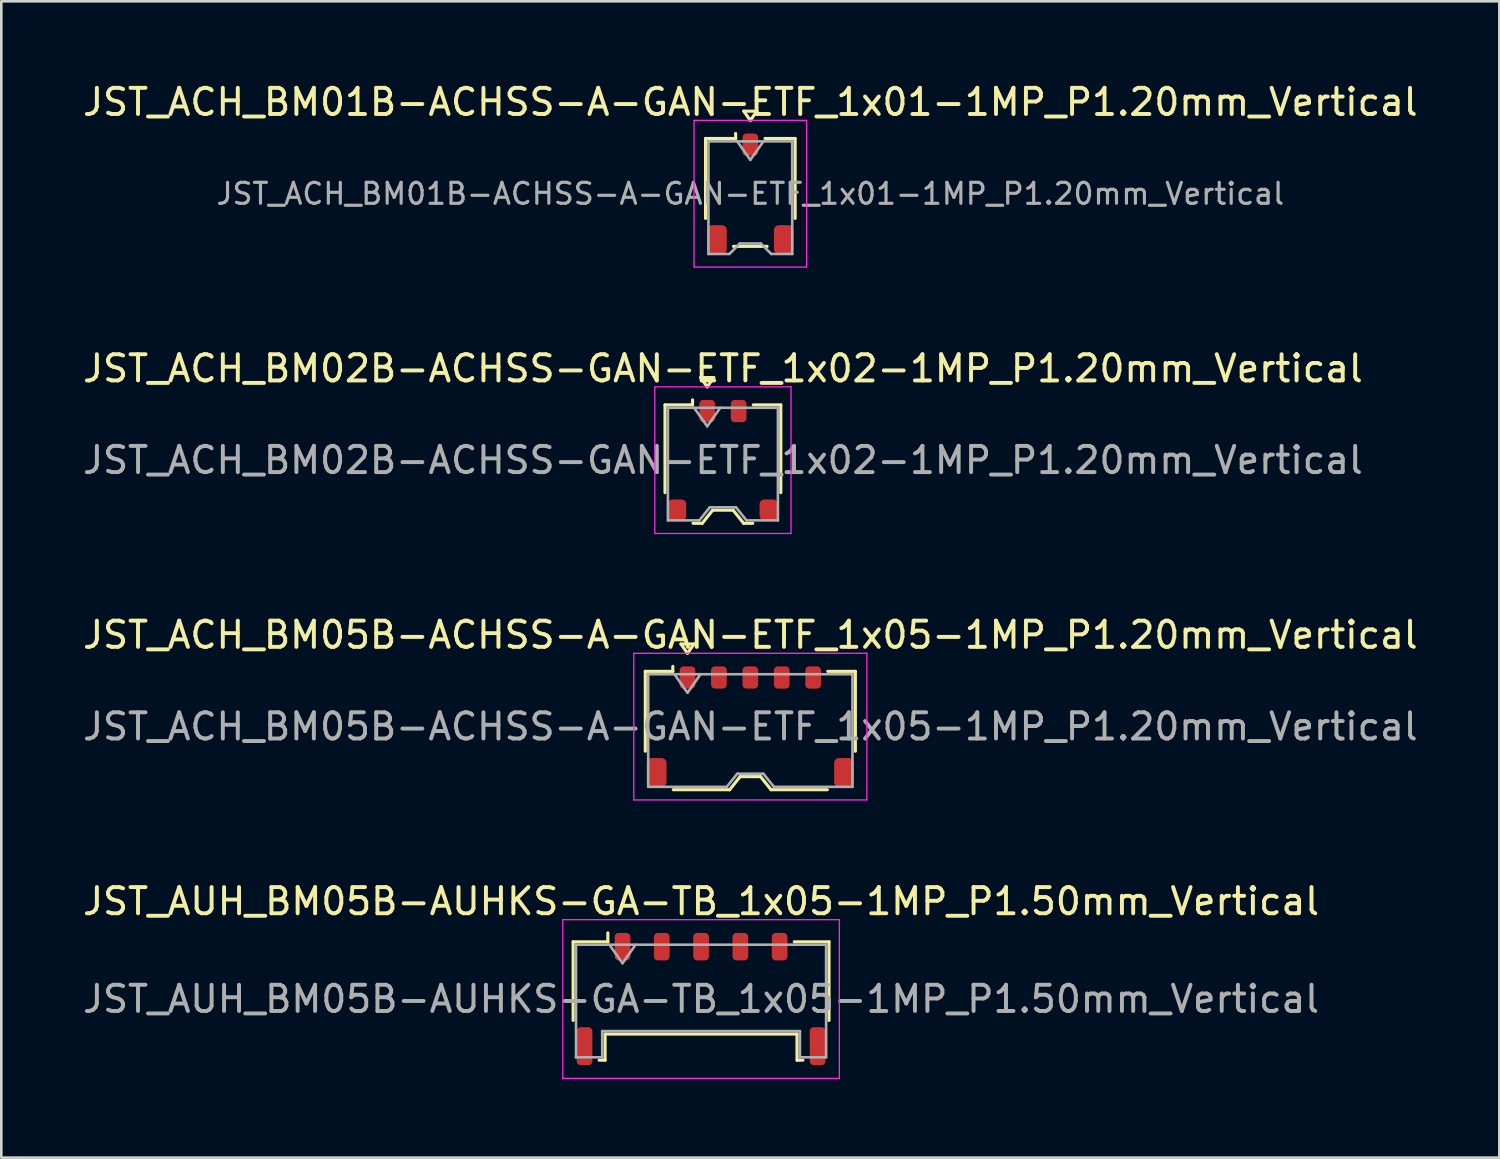
<source format=kicad_pcb>
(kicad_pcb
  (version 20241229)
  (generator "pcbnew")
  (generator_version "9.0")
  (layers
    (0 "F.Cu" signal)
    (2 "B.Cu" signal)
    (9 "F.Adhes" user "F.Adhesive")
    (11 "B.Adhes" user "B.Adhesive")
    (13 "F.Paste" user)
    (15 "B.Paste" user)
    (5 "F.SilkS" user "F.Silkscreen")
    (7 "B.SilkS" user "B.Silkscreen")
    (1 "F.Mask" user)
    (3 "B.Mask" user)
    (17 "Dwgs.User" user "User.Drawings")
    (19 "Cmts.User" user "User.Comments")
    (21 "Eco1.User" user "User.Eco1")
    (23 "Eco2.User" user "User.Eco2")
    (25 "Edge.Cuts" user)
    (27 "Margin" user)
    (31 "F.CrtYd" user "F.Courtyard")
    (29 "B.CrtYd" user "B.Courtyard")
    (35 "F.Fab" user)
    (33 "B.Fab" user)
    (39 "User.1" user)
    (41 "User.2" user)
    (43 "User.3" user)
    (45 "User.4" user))
  (footprint "JST_AUH_BM05B-AUHKS-GA-TB_1x05-1MP_P1.50mm_Vertical"
    (layer "F.Cu")
    (at 23.72 35.098)
    (property "Reference" "JST_AUH_BM05B-AUHKS-GA-TB_1x05-1MP_P1.50mm_Vertical" (at 0 -3.73 0) (layer "F.SilkS") (effects (font (size 1 1) (thickness 0.15))))
    (attr smd)
    (fp_line (start -4.885 -2.185) (end -3.56 -2.185) (stroke (width 0.12) (type solid)) (layer "F.SilkS"))
    (fp_line (start -4.885 0.815) (end -4.885 -2.185) (stroke (width 0.12) (type solid)) (layer "F.SilkS"))
    (fp_line (start -3.89 2.335) (end -3.665 2.335) (stroke (width 0.12) (type solid)) (layer "F.SilkS"))
    (fp_line (start -3.665 1.335) (end 3.665 1.335) (stroke (width 0.12) (type solid)) (layer "F.SilkS"))
    (fp_line (start -3.665 2.335) (end -3.665 1.335) (stroke (width 0.12) (type solid)) (layer "F.SilkS"))
    (fp_line (start -3.56 -2.185) (end -3.56 -2.525) (stroke (width 0.12) (type solid)) (layer "F.SilkS"))
    (fp_line (start 3.665 1.335) (end 3.665 2.335) (stroke (width 0.12) (type solid)) (layer "F.SilkS"))
    (fp_line (start 3.665 2.335) (end 3.89 2.335) (stroke (width 0.12) (type solid)) (layer "F.SilkS"))
    (fp_line (start 4.885 -2.185) (end 3.56 -2.185) (stroke (width 0.12) (type solid)) (layer "F.SilkS"))
    (fp_line (start 4.885 0.815) (end 4.885 -2.185) (stroke (width 0.12) (type solid)) (layer "F.SilkS"))
    (fp_line (start -5.28 -3.03) (end -5.28 3.03) (stroke (width 0.05) (type solid)) (layer "F.CrtYd"))
    (fp_line (start -5.28 3.03) (end 5.28 3.03) (stroke (width 0.05) (type solid)) (layer "F.CrtYd"))
    (fp_line (start 5.28 -3.03) (end -5.28 -3.03) (stroke (width 0.05) (type solid)) (layer "F.CrtYd"))
    (fp_line (start 5.28 3.03) (end 5.28 -3.03) (stroke (width 0.05) (type solid)) (layer "F.CrtYd"))
    (fp_line (start -4.775 -2.075) (end -4.775 2.225) (stroke (width 0.1) (type solid)) (layer "F.Fab"))
    (fp_line (start -4.775 -2.075) (end 4.775 -2.075) (stroke (width 0.1) (type solid)) (layer "F.Fab"))
    (fp_line (start -4.775 2.225) (end -3.775 2.225) (stroke (width 0.1) (type solid)) (layer "F.Fab"))
    (fp_line (start -3.775 1.225) (end 3.775 1.225) (stroke (width 0.1) (type solid)) (layer "F.Fab"))
    (fp_line (start -3.775 2.225) (end -3.775 1.225) (stroke (width 0.1) (type solid)) (layer "F.Fab"))
    (fp_line (start -3.5 -2.075) (end -3 -1.368) (stroke (width 0.1) (type solid)) (layer "F.Fab"))
    (fp_line (start -3 -1.368) (end -2.5 -2.075) (stroke (width 0.1) (type solid)) (layer "F.Fab"))
    (fp_line (start 3.775 1.225) (end 3.775 2.225) (stroke (width 0.1) (type solid)) (layer "F.Fab"))
    (fp_line (start 3.775 2.225) (end 4.775 2.225) (stroke (width 0.1) (type solid)) (layer "F.Fab"))
    (fp_line (start 4.775 -2.075) (end 4.775 2.225) (stroke (width 0.1) (type solid)) (layer "F.Fab"))
    (fp_text user "${REFERENCE}" (at 0 0 0) (layer "F.Fab") (effects (font (size 1 1) (thickness 0.15))))
    (pad "1" smd roundrect (at -3 -2) (size 0.6 1.05) (layers "F.Cu" "F.Mask" "F.Paste") (roundrect_rratio 0.25))
    (pad "2" smd roundrect (at -1.5 -2) (size 0.6 1.05) (layers "F.Cu" "F.Mask" "F.Paste") (roundrect_rratio 0.25))
    (pad "3" smd roundrect (at 0 -2) (size 0.6 1.05) (layers "F.Cu" "F.Mask" "F.Paste") (roundrect_rratio 0.25))
    (pad "4" smd roundrect (at 1.5 -2) (size 0.6 1.05) (layers "F.Cu" "F.Mask" "F.Paste") (roundrect_rratio 0.25))
    (pad "5" smd roundrect (at 3 -2) (size 0.6 1.05) (layers "F.Cu" "F.Mask" "F.Paste") (roundrect_rratio 0.25))
    (pad "MP" smd roundrect (at -4.45 1.8) (size 0.6 1.45) (layers "F.Cu" "F.Mask" "F.Paste") (roundrect_rratio 0.25))
    (pad "MP" smd roundrect (at 4.45 1.8) (size 0.6 1.45) (layers "F.Cu" "F.Mask" "F.Paste") (roundrect_rratio 0.25)))
  (footprint "JST_ACH_BM05B-ACHSS-A-GAN-ETF_1x05-1MP_P1.20mm_Vertical"
    (layer "F.Cu")
    (at 25.601 24.695)
    (property "Reference" "JST_ACH_BM05B-ACHSS-A-GAN-ETF_1x05-1MP_P1.20mm_Vertical" (at 0 -3.5 0) (layer "F.SilkS") (effects (font (size 1 1) (thickness 0.15))))
    (attr smd)
    (fp_line (start -4.01 -2.11) (end -2.96 -2.11) (stroke (width 0.12) (type solid)) (layer "F.SilkS"))
    (fp_line (start -4.01 0.94) (end -4.01 -2.11) (stroke (width 0.12) (type solid)) (layer "F.SilkS"))
    (fp_line (start -2.96 -2.11) (end -2.96 -2.3) (stroke (width 0.12) (type solid)) (layer "F.SilkS"))
    (fp_line (start -2.94 2.41) (end -0.79 2.41) (stroke (width 0.12) (type solid)) (layer "F.SilkS"))
    (fp_line (start -2.65 -3.154) (end -2.4 -2.8) (stroke (width 0.12) (type solid)) (layer "F.SilkS"))
    (fp_line (start -2.4 -2.8) (end -2.15 -3.154) (stroke (width 0.12) (type solid)) (layer "F.SilkS"))
    (fp_line (start -2.15 -3.154) (end -2.65 -3.154) (stroke (width 0.12) (type solid)) (layer "F.SilkS"))
    (fp_line (start -0.79 2.41) (end -0.39 1.91) (stroke (width 0.12) (type solid)) (layer "F.SilkS"))
    (fp_line (start -0.39 1.91) (end 0.39 1.91) (stroke (width 0.12) (type solid)) (layer "F.SilkS"))
    (fp_line (start 0.39 1.91) (end 0.79 2.41) (stroke (width 0.12) (type solid)) (layer "F.SilkS"))
    (fp_line (start 0.79 2.41) (end 2.94 2.41) (stroke (width 0.12) (type solid)) (layer "F.SilkS"))
    (fp_line (start 4.01 -2.11) (end 2.96 -2.11) (stroke (width 0.12) (type solid)) (layer "F.SilkS"))
    (fp_line (start 4.01 0.94) (end 4.01 -2.11) (stroke (width 0.12) (type solid)) (layer "F.SilkS"))
    (fp_line (start -4.45 -2.8) (end -4.45 2.8) (stroke (width 0.05) (type solid)) (layer "F.CrtYd"))
    (fp_line (start -4.45 2.8) (end 4.45 2.8) (stroke (width 0.05) (type solid)) (layer "F.CrtYd"))
    (fp_line (start 4.45 -2.8) (end -4.45 -2.8) (stroke (width 0.05) (type solid)) (layer "F.CrtYd"))
    (fp_line (start 4.45 2.8) (end 4.45 -2.8) (stroke (width 0.05) (type solid)) (layer "F.CrtYd"))
    (fp_line (start -3.9 -2) (end -3.9 2.3) (stroke (width 0.1) (type solid)) (layer "F.Fab"))
    (fp_line (start -3.9 -2) (end 3.9 -2) (stroke (width 0.1) (type solid)) (layer "F.Fab"))
    (fp_line (start -3.9 2.3) (end -0.9 2.3) (stroke (width 0.1) (type solid)) (layer "F.Fab"))
    (fp_line (start -2.9 -2) (end -2.4 -1.293) (stroke (width 0.1) (type solid)) (layer "F.Fab"))
    (fp_line (start -2.4 -1.293) (end -1.9 -2) (stroke (width 0.1) (type solid)) (layer "F.Fab"))
    (fp_line (start -0.9 2.3) (end -0.5 1.8) (stroke (width 0.1) (type solid)) (layer "F.Fab"))
    (fp_line (start -0.5 1.8) (end 0.5 1.8) (stroke (width 0.1) (type solid)) (layer "F.Fab"))
    (fp_line (start 0.5 1.8) (end 0.9 2.3) (stroke (width 0.1) (type solid)) (layer "F.Fab"))
    (fp_line (start 0.9 2.3) (end 3.9 2.3) (stroke (width 0.1) (type solid)) (layer "F.Fab"))
    (fp_line (start 3.9 -2) (end 3.9 2.3) (stroke (width 0.1) (type solid)) (layer "F.Fab"))
    (fp_text user "${REFERENCE}" (at 0 0 0) (layer "F.Fab") (effects (font (size 1 1) (thickness 0.15))))
    (pad "1" smd roundrect (at -2.4 -1.875) (size 0.6 0.85) (layers "F.Cu" "F.Mask" "F.Paste") (roundrect_rratio 0.25))
    (pad "2" smd roundrect (at -1.2 -1.875) (size 0.6 0.85) (layers "F.Cu" "F.Mask" "F.Paste") (roundrect_rratio 0.25))
    (pad "3" smd roundrect (at 0 -1.875) (size 0.6 0.85) (layers "F.Cu" "F.Mask" "F.Paste") (roundrect_rratio 0.25))
    (pad "4" smd roundrect (at 1.2 -1.875) (size 0.6 0.85) (layers "F.Cu" "F.Mask" "F.Paste") (roundrect_rratio 0.25))
    (pad "5" smd roundrect (at 2.4 -1.875) (size 0.6 0.85) (layers "F.Cu" "F.Mask" "F.Paste") (roundrect_rratio 0.25))
    (pad "MP" smd roundrect (at -3.575 1.75) (size 0.75 1.1) (layers "F.Cu" "F.Mask" "F.Paste") (roundrect_rratio 0.25))
    (pad "MP" smd roundrect (at 3.575 1.75) (size 0.75 1.1) (layers "F.Cu" "F.Mask" "F.Paste") (roundrect_rratio 0.25)))
  (footprint "JST_ACH_BM02B-ACHSS-GAN-ETF_1x02-1MP_P1.20mm_Vertical"
    (layer "F.Cu")
    (at 24.554 14.521)
    (property "Reference" "JST_ACH_BM02B-ACHSS-GAN-ETF_1x02-1MP_P1.20mm_Vertical" (at 0 -3.5 0) (layer "F.SilkS") (effects (font (size 1 1) (thickness 0.15))))
    (attr smd)
    (fp_line (start -2.21 -2.11) (end -1.16 -2.11) (stroke (width 0.12) (type solid)) (layer "F.SilkS"))
    (fp_line (start -2.21 1.24) (end -2.21 -2.11) (stroke (width 0.12) (type solid)) (layer "F.SilkS"))
    (fp_line (start -1.16 -2.11) (end -1.16 -2.3) (stroke (width 0.12) (type solid)) (layer "F.SilkS"))
    (fp_line (start -1.14 2.41) (end -0.79 2.41) (stroke (width 0.12) (type solid)) (layer "F.SilkS"))
    (fp_line (start -0.85 -3.154) (end -0.6 -2.8) (stroke (width 0.12) (type solid)) (layer "F.SilkS"))
    (fp_line (start -0.79 2.41) (end -0.39 1.91) (stroke (width 0.12) (type solid)) (layer "F.SilkS"))
    (fp_line (start -0.6 -2.8) (end -0.35 -3.154) (stroke (width 0.12) (type solid)) (layer "F.SilkS"))
    (fp_line (start -0.39 1.91) (end 0.39 1.91) (stroke (width 0.12) (type solid)) (layer "F.SilkS"))
    (fp_line (start -0.35 -3.154) (end -0.85 -3.154) (stroke (width 0.12) (type solid)) (layer "F.SilkS"))
    (fp_line (start 0.39 1.91) (end 0.79 2.41) (stroke (width 0.12) (type solid)) (layer "F.SilkS"))
    (fp_line (start 0.79 2.41) (end 1.14 2.41) (stroke (width 0.12) (type solid)) (layer "F.SilkS"))
    (fp_line (start 2.21 -2.11) (end 1.16 -2.11) (stroke (width 0.12) (type solid)) (layer "F.SilkS"))
    (fp_line (start 2.21 1.24) (end 2.21 -2.11) (stroke (width 0.12) (type solid)) (layer "F.SilkS"))
    (fp_line (start -2.6 -2.8) (end -2.6 2.8) (stroke (width 0.05) (type solid)) (layer "F.CrtYd"))
    (fp_line (start -2.6 2.8) (end 2.6 2.8) (stroke (width 0.05) (type solid)) (layer "F.CrtYd"))
    (fp_line (start 2.6 -2.8) (end -2.6 -2.8) (stroke (width 0.05) (type solid)) (layer "F.CrtYd"))
    (fp_line (start 2.6 2.8) (end 2.6 -2.8) (stroke (width 0.05) (type solid)) (layer "F.CrtYd"))
    (fp_line (start -2.1 -2) (end -2.1 2.3) (stroke (width 0.1) (type solid)) (layer "F.Fab"))
    (fp_line (start -2.1 -2) (end 2.1 -2) (stroke (width 0.1) (type solid)) (layer "F.Fab"))
    (fp_line (start -2.1 2.3) (end -0.9 2.3) (stroke (width 0.1) (type solid)) (layer "F.Fab"))
    (fp_line (start -1.1 -2) (end -0.6 -1.293) (stroke (width 0.1) (type solid)) (layer "F.Fab"))
    (fp_line (start -0.9 2.3) (end -0.5 1.8) (stroke (width 0.1) (type solid)) (layer "F.Fab"))
    (fp_line (start -0.6 -1.293) (end -0.1 -2) (stroke (width 0.1) (type solid)) (layer "F.Fab"))
    (fp_line (start -0.5 1.8) (end 0.5 1.8) (stroke (width 0.1) (type solid)) (layer "F.Fab"))
    (fp_line (start 0.5 1.8) (end 0.9 2.3) (stroke (width 0.1) (type solid)) (layer "F.Fab"))
    (fp_line (start 0.9 2.3) (end 2.1 2.3) (stroke (width 0.1) (type solid)) (layer "F.Fab"))
    (fp_line (start 2.1 -2) (end 2.1 2.3) (stroke (width 0.1) (type solid)) (layer "F.Fab"))
    (fp_text user "${REFERENCE}" (at 0 0 0) (layer "F.Fab") (effects (font (size 1 1) (thickness 0.15))))
    (pad "1" smd roundrect (at -0.6 -1.875) (size 0.6 0.85) (layers "F.Cu" "F.Mask" "F.Paste") (roundrect_rratio 0.25))
    (pad "2" smd roundrect (at 0.6 -1.875) (size 0.6 0.85) (layers "F.Cu" "F.Mask" "F.Paste") (roundrect_rratio 0.25))
    (pad "MP" smd roundrect (at -1.75 1.9) (size 0.7 0.8) (layers "F.Cu" "F.Mask" "F.Paste") (roundrect_rratio 0.25))
    (pad "MP" smd roundrect (at 1.75 1.9) (size 0.7 0.8) (layers "F.Cu" "F.Mask" "F.Paste") (roundrect_rratio 0.25)))
  (footprint "JST_ACH_BM01B-ACHSS-A-GAN-ETF_1x01-1MP_P1.20mm_Vertical"
    (layer "F.Cu")
    (at 25.601 4.348)
    (property "Reference" "JST_ACH_BM01B-ACHSS-A-GAN-ETF_1x01-1MP_P1.20mm_Vertical" (at 0 -3.5 0) (layer "F.SilkS") (effects (font (size 1 1) (thickness 0.15))))
    (attr smd)
    (fp_line (start -1.71 -2.11) (end -0.56 -2.11) (stroke (width 0.12) (type solid)) (layer "F.SilkS"))
    (fp_line (start -1.71 0.94) (end -1.71 -2.11) (stroke (width 0.12) (type solid)) (layer "F.SilkS"))
    (fp_line (start -0.64 2.01) (end 0.64 2.01) (stroke (width 0.12) (type solid)) (layer "F.SilkS"))
    (fp_line (start -0.56 -2.11) (end -0.56 -2.3) (stroke (width 0.12) (type solid)) (layer "F.SilkS"))
    (fp_line (start -0.25 -3.154) (end 0 -2.8) (stroke (width 0.12) (type solid)) (layer "F.SilkS"))
    (fp_line (start 0 -2.8) (end 0.25 -3.154) (stroke (width 0.12) (type solid)) (layer "F.SilkS"))
    (fp_line (start 0.25 -3.154) (end -0.25 -3.154) (stroke (width 0.12) (type solid)) (layer "F.SilkS"))
    (fp_line (start 1.71 -2.11) (end 0.56 -2.11) (stroke (width 0.12) (type solid)) (layer "F.SilkS"))
    (fp_line (start 1.71 0.94) (end 1.71 -2.11) (stroke (width 0.12) (type solid)) (layer "F.SilkS"))
    (fp_line (start -2.15 -2.8) (end -2.15 2.8) (stroke (width 0.05) (type solid)) (layer "F.CrtYd"))
    (fp_line (start -2.15 2.8) (end 2.15 2.8) (stroke (width 0.05) (type solid)) (layer "F.CrtYd"))
    (fp_line (start 2.15 -2.8) (end -2.15 -2.8) (stroke (width 0.05) (type solid)) (layer "F.CrtYd"))
    (fp_line (start 2.15 2.8) (end 2.15 -2.8) (stroke (width 0.05) (type solid)) (layer "F.CrtYd"))
    (fp_line (start -1.6 -2) (end -1.6 2.3) (stroke (width 0.1) (type solid)) (layer "F.Fab"))
    (fp_line (start -1.6 -2) (end 1.6 -2) (stroke (width 0.1) (type solid)) (layer "F.Fab"))
    (fp_line (start -1.6 2.3) (end -0.8 2.3) (stroke (width 0.1) (type solid)) (layer "F.Fab"))
    (fp_line (start -0.8 2.3) (end -0.4 1.9) (stroke (width 0.1) (type solid)) (layer "F.Fab"))
    (fp_line (start -0.5 -2) (end 0 -1.293) (stroke (width 0.1) (type solid)) (layer "F.Fab"))
    (fp_line (start -0.4 1.9) (end 0.4 1.9) (stroke (width 0.1) (type solid)) (layer "F.Fab"))
    (fp_line (start 0 -1.293) (end 0.5 -2) (stroke (width 0.1) (type solid)) (layer "F.Fab"))
    (fp_line (start 0.4 1.9) (end 0.8 2.3) (stroke (width 0.1) (type solid)) (layer "F.Fab"))
    (fp_line (start 0.8 2.3) (end 1.6 2.3) (stroke (width 0.1) (type solid)) (layer "F.Fab"))
    (fp_line (start 1.6 -2) (end 1.6 2.3) (stroke (width 0.1) (type solid)) (layer "F.Fab"))
    (fp_text user "${REFERENCE}" (at 0 0 0) (layer "F.Fab") (effects (font (size 0.8 0.8) (thickness 0.12))))
    (pad "1" smd roundrect (at 0 -1.875) (size 0.6 0.85) (layers "F.Cu" "F.Mask" "F.Paste") (roundrect_rratio 0.25))
    (pad "MP" smd roundrect (at -1.275 1.75) (size 0.75 1.1) (layers "F.Cu" "F.Mask" "F.Paste") (roundrect_rratio 0.25))
    (pad "MP" smd roundrect (at 1.275 1.75) (size 0.75 1.1) (layers "F.Cu" "F.Mask" "F.Paste") (roundrect_rratio 0.25)))
  (gr_rect
    (start -3 -3)
    (end 54.202 41.153)
    (stroke (width 0.1) (type default))
    (fill no)
    (layer "Edge.Cuts")))
</source>
